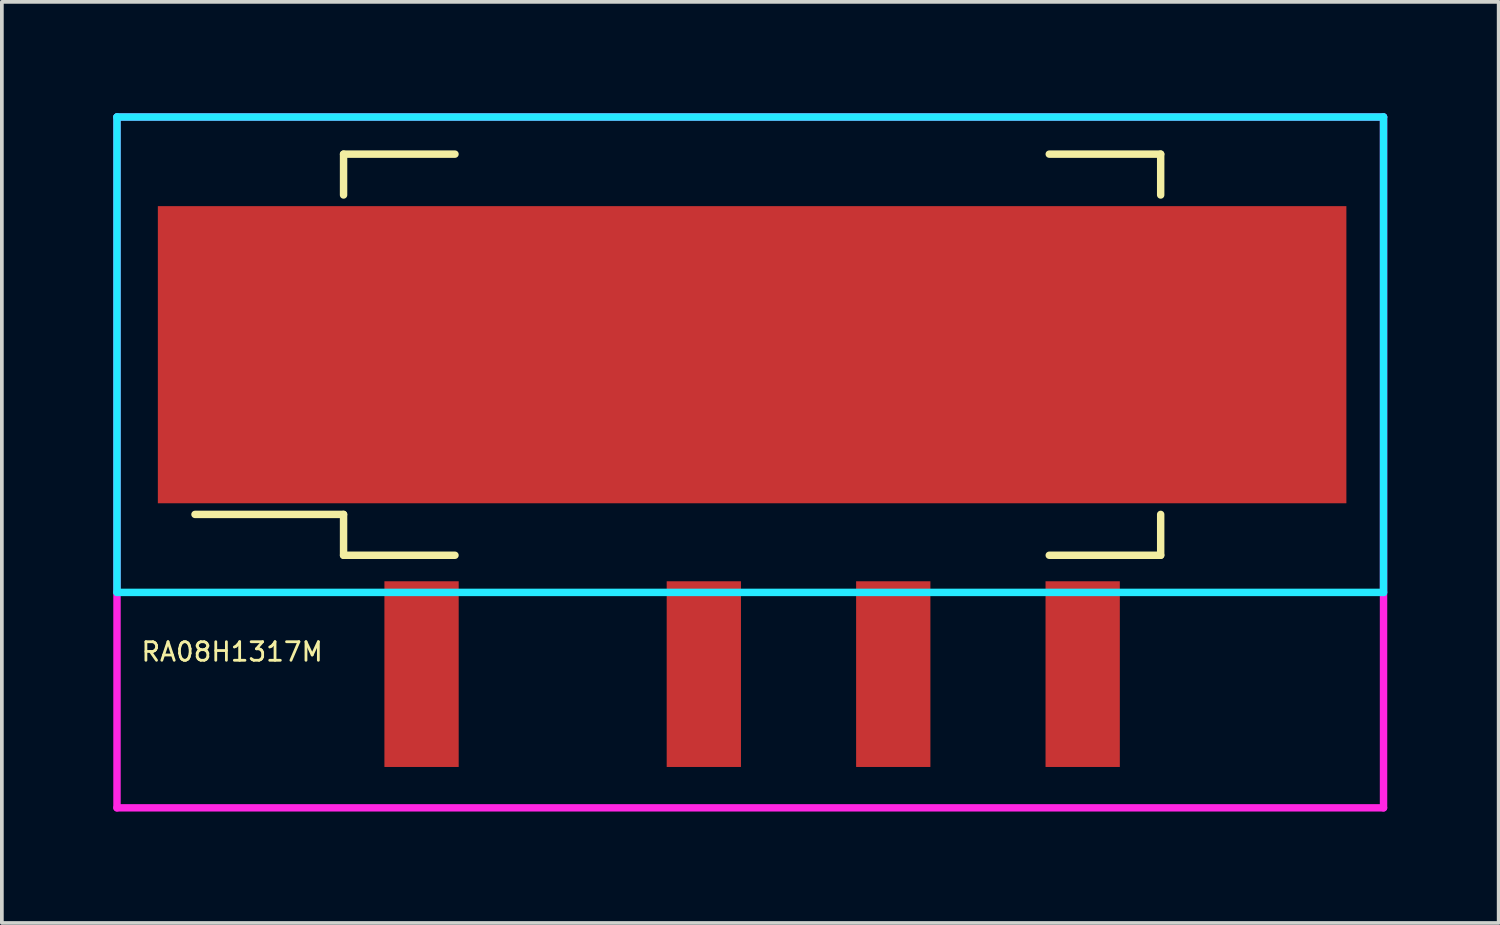
<source format=kicad_pcb>
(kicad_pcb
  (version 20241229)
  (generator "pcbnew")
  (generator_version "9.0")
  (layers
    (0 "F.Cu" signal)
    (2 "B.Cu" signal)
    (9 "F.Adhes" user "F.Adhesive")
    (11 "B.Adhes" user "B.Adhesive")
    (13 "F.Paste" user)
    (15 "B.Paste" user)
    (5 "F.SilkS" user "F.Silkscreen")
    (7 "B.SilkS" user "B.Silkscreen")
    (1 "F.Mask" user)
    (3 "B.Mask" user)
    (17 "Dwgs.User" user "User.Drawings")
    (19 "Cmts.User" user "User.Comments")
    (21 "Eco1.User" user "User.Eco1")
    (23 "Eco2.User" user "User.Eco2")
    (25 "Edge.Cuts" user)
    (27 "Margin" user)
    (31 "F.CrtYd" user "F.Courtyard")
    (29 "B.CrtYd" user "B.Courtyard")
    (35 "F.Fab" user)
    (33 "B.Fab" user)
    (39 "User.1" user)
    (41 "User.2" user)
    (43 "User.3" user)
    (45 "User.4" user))
  (footprint "RA08H1317M"
    (layer "F.Cu")
    (at 17.2 11.5)
    (property "Reference" "RA08H1317M" (at -14 3 180) (layer "F.SilkS") (effects (font (size 0.5 0.5) (thickness 0.075))))
    (attr through_hole)
    (fp_line (start -11 -10.4) (end -11 -9.3) (stroke (width 0.2) (type solid)) (layer "F.SilkS"))
    (fp_line (start -11 -10.4) (end -8 -10.4) (stroke (width 0.2) (type solid)) (layer "F.SilkS"))
    (fp_line (start -11 -0.7) (end -15 -0.7) (stroke (width 0.2) (type solid)) (layer "F.SilkS"))
    (fp_line (start -11 0.4) (end -11 -0.7) (stroke (width 0.2) (type solid)) (layer "F.SilkS"))
    (fp_line (start -11 0.4) (end -8 0.4) (stroke (width 0.2) (type solid)) (layer "F.SilkS"))
    (fp_line (start 11 -10.4) (end 8 -10.4) (stroke (width 0.2) (type solid)) (layer "F.SilkS"))
    (fp_line (start 11 -10.4) (end 11 -9.3) (stroke (width 0.2) (type solid)) (layer "F.SilkS"))
    (fp_line (start 11 0.4) (end 8 0.4) (stroke (width 0.2) (type solid)) (layer "F.SilkS"))
    (fp_line (start 11 0.4) (end 11 -0.7) (stroke (width 0.2) (type solid)) (layer "F.SilkS"))
    (fp_line (start -17.1 -11.4) (end -17.1 1.4) (stroke (width 0.2) (type solid)) (layer "B.CrtYd"))
    (fp_line (start -17.1 1.4) (end 17 1.4) (stroke (width 0.2) (type solid)) (layer "B.CrtYd"))
    (fp_line (start 17 -11.4) (end -17.1 -11.4) (stroke (width 0.2) (type solid)) (layer "B.CrtYd"))
    (fp_line (start 17 1.4) (end 17 -11.4) (stroke (width 0.2) (type solid)) (layer "B.CrtYd"))
    (fp_line (start -17.1 -11.4) (end 17 -11.4) (stroke (width 0.2) (type solid)) (layer "F.CrtYd"))
    (fp_line (start -17.1 7.2) (end -17.1 -11.4) (stroke (width 0.2) (type solid)) (layer "F.CrtYd"))
    (fp_line (start 17 7.2) (end -17.1 7.2) (stroke (width 0.2) (type solid)) (layer "F.CrtYd"))
    (fp_line (start 17 7.2) (end 17 -11.4) (stroke (width 0.2) (type solid)) (layer "F.CrtYd"))
    (pad "1" smd rect (at -8.9 3.6) (size 2 5) (layers "F.Cu" "F.Mask" "F.Paste"))
    (pad "2" smd rect (at -1.3 3.6) (size 2 5) (layers "F.Cu" "F.Mask" "F.Paste"))
    (pad "3" smd rect (at 3.8 3.6) (size 2 5) (layers "F.Cu" "F.Mask" "F.Paste"))
    (pad "4" smd rect (at 8.9 3.6) (size 2 5) (layers "F.Cu" "F.Mask" "F.Paste"))
    (pad "5" smd rect (at 0 -5) (size 32 8) (layers "F.Cu" "F.Mask" "F.Paste")))
  (gr_rect
    (start -3 -3)
    (end 37.3 21.8)
    (stroke (width 0.1) (type default))
    (fill no)
    (layer "Edge.Cuts")))
</source>
